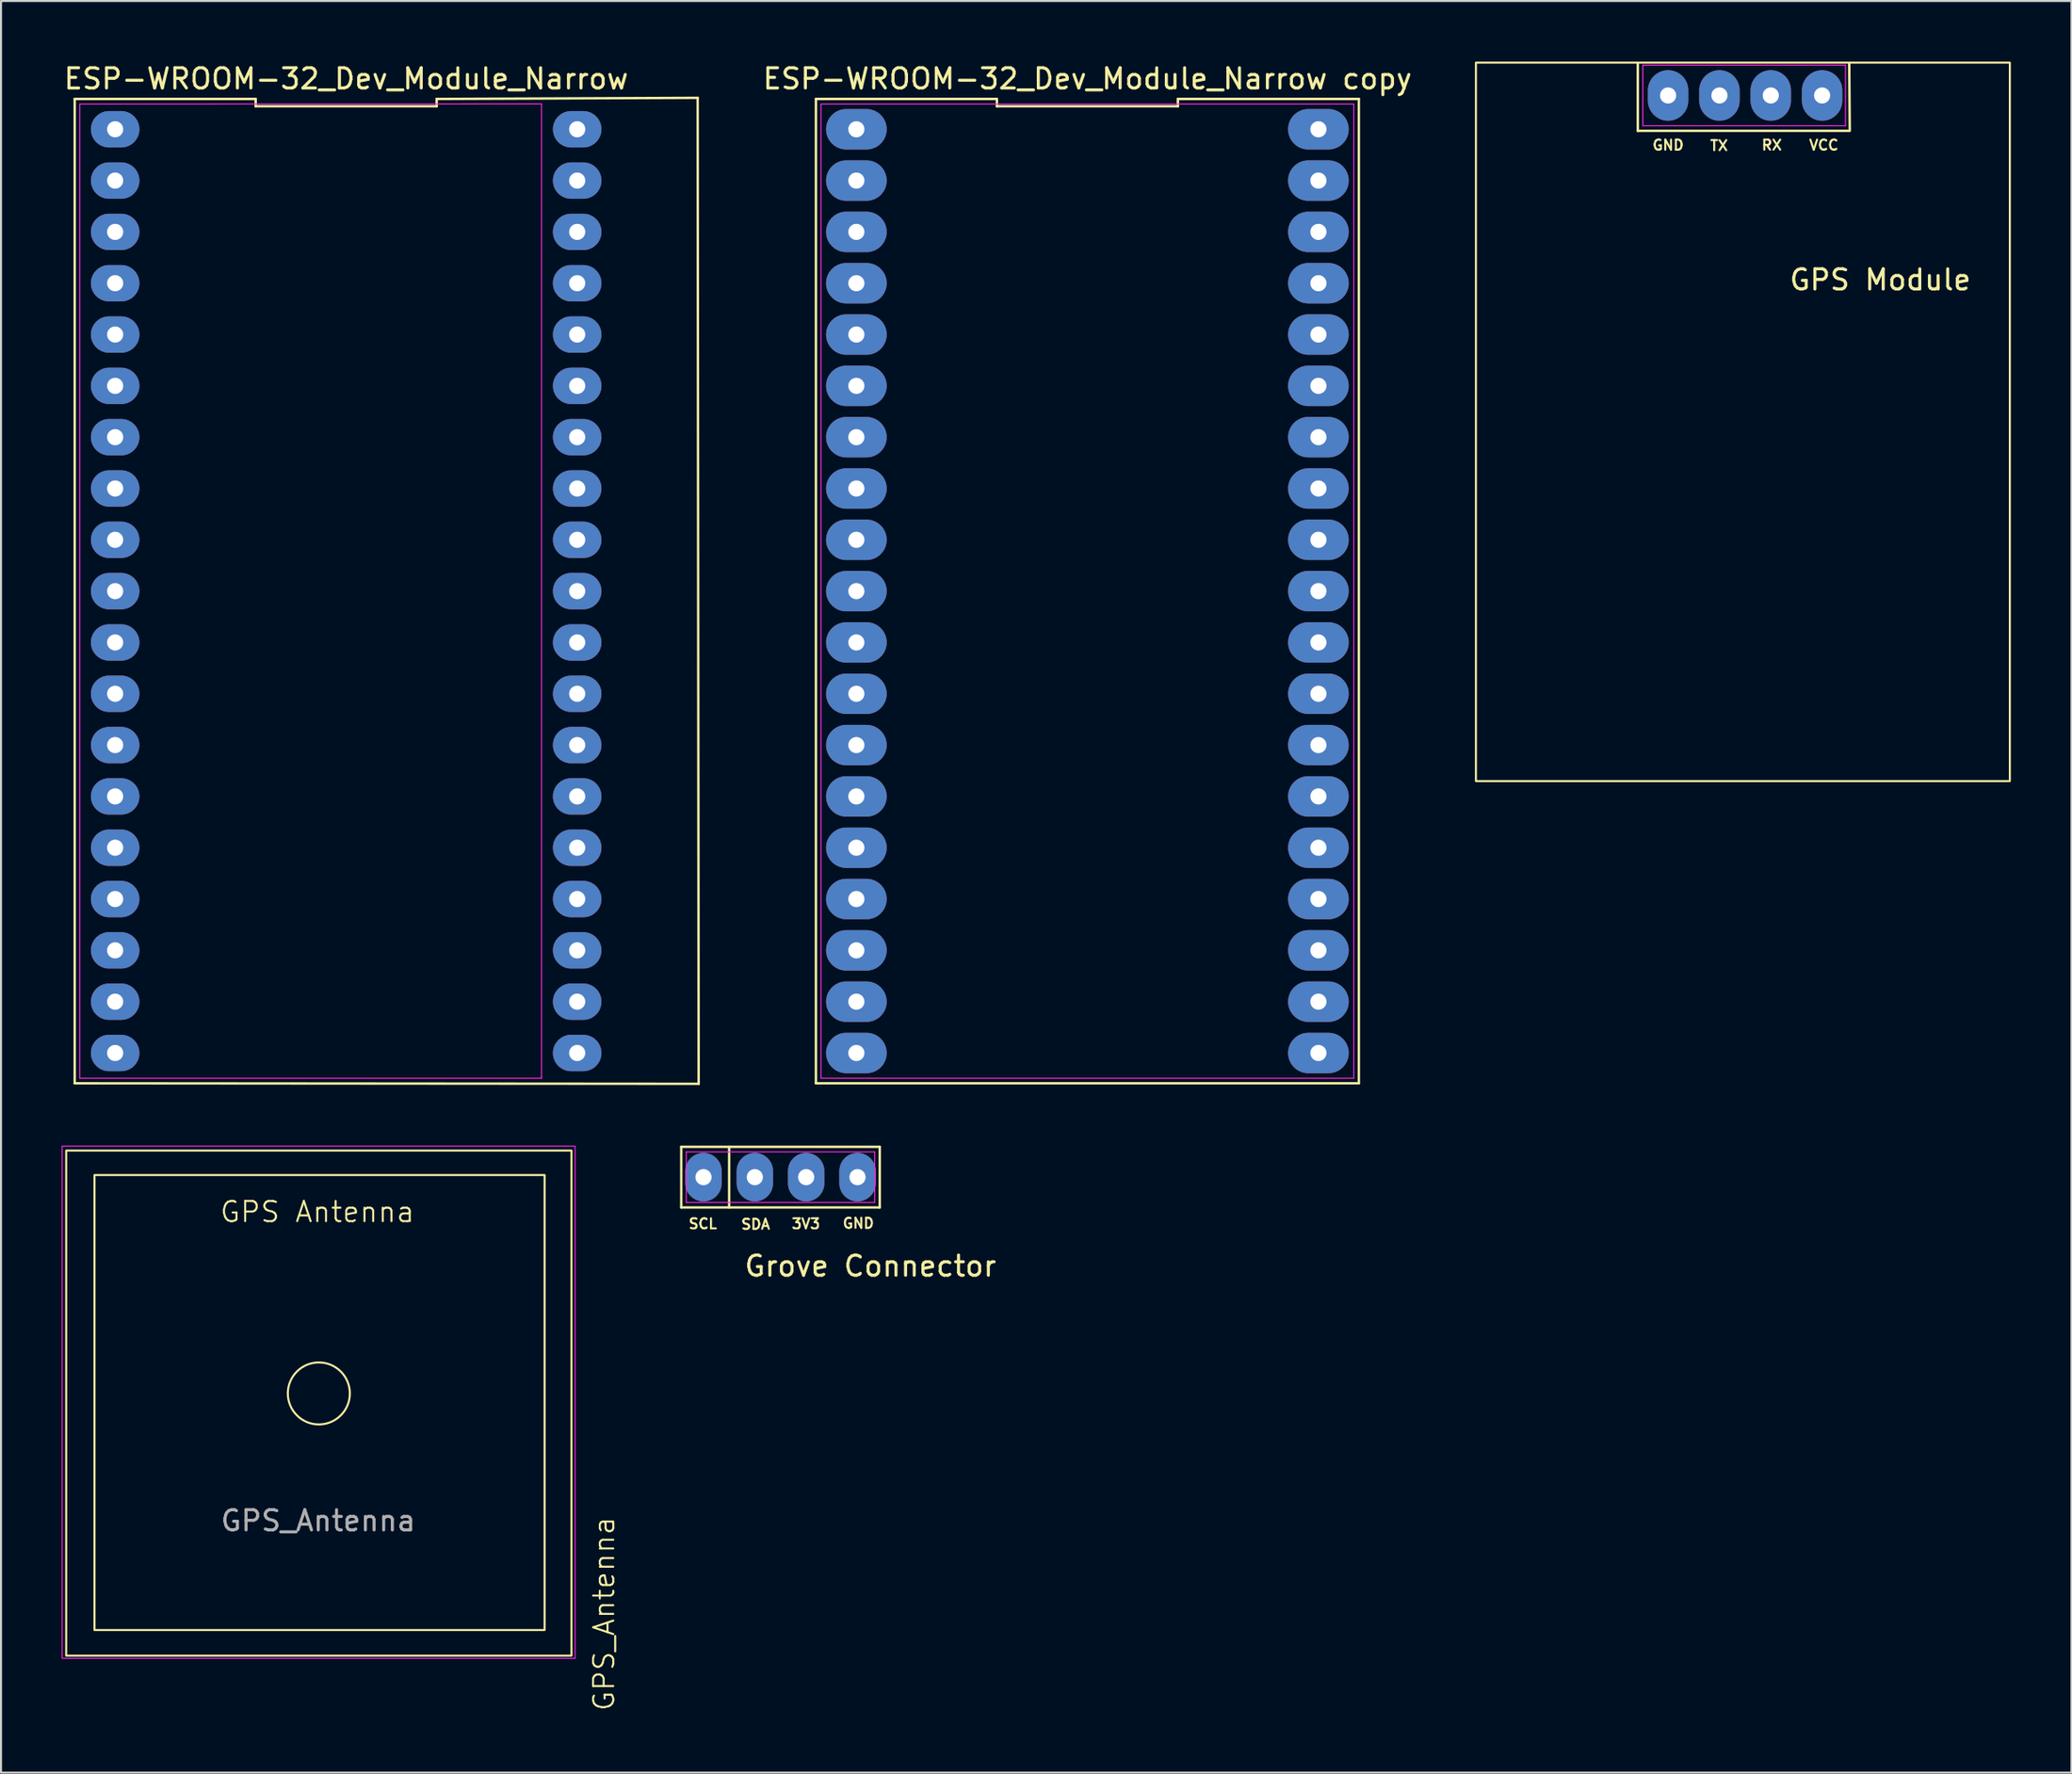
<source format=kicad_pcb>
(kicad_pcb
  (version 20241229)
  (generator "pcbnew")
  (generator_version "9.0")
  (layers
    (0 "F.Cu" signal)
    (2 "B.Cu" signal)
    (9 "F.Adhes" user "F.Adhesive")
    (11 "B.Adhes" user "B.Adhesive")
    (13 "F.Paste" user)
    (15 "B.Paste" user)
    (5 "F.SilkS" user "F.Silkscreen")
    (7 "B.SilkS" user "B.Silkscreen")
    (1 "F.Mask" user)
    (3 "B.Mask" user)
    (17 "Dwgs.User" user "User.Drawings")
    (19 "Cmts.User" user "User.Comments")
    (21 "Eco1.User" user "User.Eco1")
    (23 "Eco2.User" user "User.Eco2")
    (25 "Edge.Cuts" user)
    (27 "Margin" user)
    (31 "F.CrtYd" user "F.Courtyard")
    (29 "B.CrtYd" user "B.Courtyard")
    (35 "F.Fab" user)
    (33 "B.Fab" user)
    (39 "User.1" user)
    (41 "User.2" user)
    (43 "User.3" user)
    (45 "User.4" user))
  (footprint "ESP-WROOM-32_Dev_Module_Narrow"
    (layer "F.Cu")
    (at 14.967 25.318)
    (property "Reference" "ESP-WROOM-32_Dev_Module_Narrow" (at -0.89 -24.47 0) (layer "F.SilkS") (effects (font (size 1 1) (thickness 0.15))))
    (attr through_hole)
    (fp_line (start -14.32 25.25) (end 16.55 25.275) (stroke (width 0.12) (type default)) (layer "F.SilkS"))
    (fp_line (start -14.32 -23.47) (end -14.32 25.25) (stroke (width 0.12) (type default)) (layer "F.SilkS"))
    (fp_line (start -5.367 -23.47) (end -14.32 -23.47) (stroke (width 0.12) (type default)) (layer "F.SilkS"))
    (fp_line (start -5.367 -23.11) (end -5.367 -23.47) (stroke (width 0.12) (type default)) (layer "F.SilkS"))
    (fp_line (start 3.587 -23.47) (end 3.587 -23.11) (stroke (width 0.12) (type default)) (layer "F.SilkS"))
    (fp_line (start 3.587 -23.11) (end -5.367 -23.11) (stroke (width 0.12) (type default)) (layer "F.SilkS"))
    (fp_line (start 16.5 -23.525) (end 3.587 -23.47) (stroke (width 0.12) (type default)) (layer "F.SilkS"))
    (fp_line (start 16.55 25.275) (end 16.5 -23.525) (stroke (width 0.12) (type default)) (layer "F.SilkS"))
    (fp_line (start -14.07 -23.22) (end 8.775 -23.225) (stroke (width 0.05) (type default)) (layer "F.CrtYd"))
    (fp_line (start -14.07 25) (end -14.07 -23.22) (stroke (width 0.05) (type default)) (layer "F.CrtYd"))
    (fp_line (start 8.775 -23.225) (end 8.775 24.925) (stroke (width 0.05) (type default)) (layer "F.CrtYd"))
    (fp_line (start 8.775 24.925) (end 8.775 25) (stroke (width 0.05) (type default)) (layer "F.CrtYd"))
    (fp_line (start 8.775 25) (end -14.07 25) (stroke (width 0.05) (type default)) (layer "F.CrtYd"))
    (pad "1" thru_hole oval (at -12.32 -21.97 270) (size 1.8 2.4) (drill 0.8) (layers "*.Cu" "*.Mask"))
    (pad "2" thru_hole oval (at -12.32 -19.43 270) (size 1.8 2.4) (drill 0.8) (layers "*.Cu" "*.Mask"))
    (pad "3" thru_hole oval (at -12.32 -16.89 270) (size 1.8 2.4) (drill 0.8) (layers "*.Cu" "*.Mask"))
    (pad "4" thru_hole oval (at -12.32 -14.35 270) (size 1.8 2.4) (drill 0.8) (layers "*.Cu" "*.Mask"))
    (pad "5" thru_hole oval (at -12.32 -11.81 270) (size 1.8 2.4) (drill 0.8) (layers "*.Cu" "*.Mask"))
    (pad "6" thru_hole oval (at -12.32 -9.27 270) (size 1.8 2.4) (drill 0.8) (layers "*.Cu" "*.Mask"))
    (pad "7" thru_hole oval (at -12.32 -6.73 270) (size 1.8 2.4) (drill 0.8) (layers "*.Cu" "*.Mask"))
    (pad "8" thru_hole oval (at -12.32 -4.19 270) (size 1.8 2.4) (drill 0.8) (layers "*.Cu" "*.Mask"))
    (pad "9" thru_hole oval (at -12.32 -1.65 270) (size 1.8 2.4) (drill 0.8) (layers "*.Cu" "*.Mask"))
    (pad "10" thru_hole oval (at -12.32 0.89 270) (size 1.8 2.4) (drill 0.8) (layers "*.Cu" "*.Mask"))
    (pad "11" thru_hole oval (at -12.32 3.43 270) (size 1.8 2.4) (drill 0.8) (layers "*.Cu" "*.Mask"))
    (pad "12" thru_hole oval (at -12.32 5.97 270) (size 1.8 2.4) (drill 0.8) (layers "*.Cu" "*.Mask"))
    (pad "13" thru_hole oval (at -12.32 8.51 270) (size 1.8 2.4) (drill 0.8) (layers "*.Cu" "*.Mask"))
    (pad "14" thru_hole oval (at -12.32 11.05 270) (size 1.8 2.4) (drill 0.8) (layers "*.Cu" "*.Mask"))
    (pad "15" thru_hole oval (at -12.32 13.59 270) (size 1.8 2.4) (drill 0.8) (layers "*.Cu" "*.Mask"))
    (pad "16" thru_hole oval (at -12.32 16.13 270) (size 1.8 2.4) (drill 0.8) (layers "*.Cu" "*.Mask"))
    (pad "17" thru_hole oval (at -12.32 18.67 270) (size 1.8 2.4) (drill 0.8) (layers "*.Cu" "*.Mask"))
    (pad "18" thru_hole oval (at -12.32 21.21 270) (size 1.8 2.4) (drill 0.8) (layers "*.Cu" "*.Mask"))
    (pad "19" thru_hole oval (at -12.32 23.75 270) (size 1.8 2.4) (drill 0.8) (layers "*.Cu" "*.Mask"))
    (pad "20" thru_hole oval (at 10.54 23.75 270) (size 1.8 2.4) (drill 0.8) (layers "*.Cu" "*.Mask"))
    (pad "21" thru_hole oval (at 10.54 21.21 270) (size 1.8 2.4) (drill 0.8) (layers "*.Cu" "*.Mask"))
    (pad "22" thru_hole oval (at 10.54 18.67 270) (size 1.8 2.4) (drill 0.8) (layers "*.Cu" "*.Mask"))
    (pad "23" thru_hole oval (at 10.54 16.13 270) (size 1.8 2.4) (drill 0.8) (layers "*.Cu" "*.Mask"))
    (pad "24" thru_hole oval (at 10.54 13.59 270) (size 1.8 2.4) (drill 0.8) (layers "*.Cu" "*.Mask"))
    (pad "25" thru_hole oval (at 10.54 11.05 270) (size 1.8 2.4) (drill 0.8) (layers "*.Cu" "*.Mask"))
    (pad "26" thru_hole oval (at 10.54 8.51 270) (size 1.8 2.4) (drill 0.8) (layers "*.Cu" "*.Mask"))
    (pad "27" thru_hole oval (at 10.54 5.97 270) (size 1.8 2.4) (drill 0.8) (layers "*.Cu" "*.Mask"))
    (pad "28" thru_hole oval (at 10.54 3.43 270) (size 1.8 2.4) (drill 0.8) (layers "*.Cu" "*.Mask"))
    (pad "29" thru_hole oval (at 10.54 0.89 270) (size 1.8 2.4) (drill 0.8) (layers "*.Cu" "*.Mask"))
    (pad "30" thru_hole oval (at 10.54 -1.65 270) (size 1.8 2.4) (drill 0.8) (layers "*.Cu" "*.Mask"))
    (pad "31" thru_hole oval (at 10.54 -4.19 270) (size 1.8 2.4) (drill 0.8) (layers "*.Cu" "*.Mask"))
    (pad "32" thru_hole oval (at 10.54 -6.73 270) (size 1.8 2.4) (drill 0.8) (layers "*.Cu" "*.Mask"))
    (pad "33" thru_hole oval (at 10.54 -9.27 270) (size 1.8 2.4) (drill 0.8) (layers "*.Cu" "*.Mask"))
    (pad "34" thru_hole oval (at 10.54 -11.81 270) (size 1.8 2.4) (drill 0.8) (layers "*.Cu" "*.Mask"))
    (pad "35" thru_hole oval (at 10.54 -14.35 270) (size 1.8 2.4) (drill 0.8) (layers "*.Cu" "*.Mask"))
    (pad "36" thru_hole oval (at 10.54 -16.89 270) (size 1.8 2.4) (drill 0.8) (layers "*.Cu" "*.Mask"))
    (pad "37" thru_hole oval (at 10.54 -19.43 270) (size 1.8 2.4) (drill 0.8) (layers "*.Cu" "*.Mask"))
    (pad "38" thru_hole oval (at 10.54 -21.97 270) (size 1.8 2.4) (drill 0.8) (layers "*.Cu" "*.Mask")))
  (footprint "GPS_Antenna"
    (layer "F.Cu")
    (at 12.705 65.948)
    (property "Reference" "GPS_Antenna" (at 14.13 10.88 90) (unlocked yes) (layer "F.SilkS") (effects (font (size 1 1) (thickness 0.1))))
    (fp_rect (start -12.48 -12.05) (end 12.52 12.95) (stroke (width 0.1) (type default)) (fill no) (layer "F.SilkS"))
    (fp_rect (start -11.08 -10.84) (end 11.19 11.68) (stroke (width 0.1) (type default)) (fill no) (layer "F.SilkS"))
    (fp_circle (center 0.02 -0.03) (end 1.41 -0.68) (stroke (width 0.1) (type default)) (fill no) (layer "F.SilkS"))
    (fp_rect (start -12.68 -12.27) (end 12.7 13.08) (stroke (width 0.05) (type default)) (fill no) (layer "F.CrtYd"))
    (fp_text user "GPS Antenna" (at -4.93 -8.43 0) (unlocked yes) (layer "F.SilkS") (effects (font (size 1 1) (thickness 0.1)) (justify left bottom)))
    (fp_text user "${REFERENCE}" (at -0.01 6.27 0) (unlocked yes) (layer "F.Fab") (effects (font (size 1 1) (thickness 0.15)))))
  (footprint "GPS Module"
    (layer "F.Cu")
    (at 85.831 1.675)
    (property "Reference" "GPS Module" (at 4.15 9.125 0) (unlocked yes) (layer "F.SilkS") (effects (font (size 1 1) (thickness 0.15))))
    (attr through_hole)
    (fp_line (start -7.85 1.75) (end -7.85 -1.6) (stroke (width 0.12) (type default)) (layer "F.SilkS"))
    (fp_line (start 2.612 -1.587) (end 2.638 1.738) (stroke (width 0.12) (type default)) (layer "F.SilkS"))
    (fp_line (start 2.625 1.75) (end -7.85 1.75) (stroke (width 0.12) (type default)) (layer "F.SilkS"))
    (fp_rect (start -15.858 -1.625) (end 10.558 33.935) (stroke (width 0.1) (type default)) (fill no) (layer "F.SilkS"))
    (fp_line (start -7.6 -1.5) (end 2.425 -1.5) (stroke (width 0.05) (type default)) (layer "F.CrtYd"))
    (fp_line (start -7.6 1.5) (end -7.6 -1.5) (stroke (width 0.05) (type default)) (layer "F.CrtYd"))
    (fp_line (start 2.425 -1.5) (end 2.425 1.5) (stroke (width 0.05) (type default)) (layer "F.CrtYd"))
    (fp_line (start 2.425 1.5) (end -7.6 1.5) (stroke (width 0.05) (type default)) (layer "F.CrtYd"))
    (fp_text user "VCC" (at 0.575 2.75 0) (unlocked yes) (layer "F.SilkS") (effects (font (size 0.5 0.5) (thickness 0.1)) (justify left bottom)))
    (fp_text user "GND" (at -7.175 2.75 0) (unlocked yes) (layer "F.SilkS") (effects (font (size 0.5 0.5) (thickness 0.1)) (justify left bottom)))
    (fp_text user "RX" (at -1.775 2.75 0) (unlocked yes) (layer "F.SilkS") (effects (font (size 0.5 0.5) (thickness 0.1)) (justify left bottom)))
    (fp_text user "TX" (at -4.325 2.775 0) (unlocked yes) (layer "F.SilkS") (effects (font (size 0.5 0.5) (thickness 0.1)) (justify left bottom)))
    (pad "1" thru_hole oval (at -6.35 0) (size 2 2.5) (drill 0.8) (layers "*.Cu" "*.Mask"))
    (pad "2" thru_hole oval (at -3.81 0) (size 2 2.5) (drill 0.8) (layers "*.Cu" "*.Mask"))
    (pad "3" thru_hole oval (at -1.27 0) (size 2 2.5) (drill 0.8) (layers "*.Cu" "*.Mask"))
    (pad "4" thru_hole oval (at 1.27 0) (size 2 2.5) (drill 0.8) (layers "*.Cu" "*.Mask")))
  (footprint "ESP-WROOM-32_Dev_Module_Narrow copy"
    (layer "F.Cu")
    (at 51.64 25.318)
    (property "Reference" "ESP-WROOM-32_Dev_Module_Narrow copy" (at -0.89 -24.47 0) (layer "F.SilkS") (effects (font (size 1 1) (thickness 0.15))))
    (attr through_hole)
    (fp_line (start -14.32 25.25) (end 12.54 25.25) (stroke (width 0.12) (type default)) (layer "F.SilkS"))
    (fp_line (start -14.32 -23.47) (end -14.32 25.25) (stroke (width 0.12) (type default)) (layer "F.SilkS"))
    (fp_line (start -5.367 -23.47) (end -14.32 -23.47) (stroke (width 0.12) (type default)) (layer "F.SilkS"))
    (fp_line (start -5.367 -23.11) (end -5.367 -23.47) (stroke (width 0.12) (type default)) (layer "F.SilkS"))
    (fp_line (start 3.587 -23.47) (end 3.587 -23.11) (stroke (width 0.12) (type default)) (layer "F.SilkS"))
    (fp_line (start 3.587 -23.11) (end -5.367 -23.11) (stroke (width 0.12) (type default)) (layer "F.SilkS"))
    (fp_line (start 12.54 25.25) (end 12.54 -23.47) (stroke (width 0.12) (type default)) (layer "F.SilkS"))
    (fp_line (start 12.54 -23.47) (end 3.587 -23.47) (stroke (width 0.12) (type default)) (layer "F.SilkS"))
    (fp_line (start -14.07 -23.22) (end 12.29 -23.22) (stroke (width 0.05) (type default)) (layer "F.CrtYd"))
    (fp_line (start -14.07 25) (end -14.07 -23.22) (stroke (width 0.05) (type default)) (layer "F.CrtYd"))
    (fp_line (start 12.29 -23.22) (end 12.29 25) (stroke (width 0.05) (type default)) (layer "F.CrtYd"))
    (fp_line (start 12.29 25) (end -14.07 25) (stroke (width 0.05) (type default)) (layer "F.CrtYd"))
    (pad "1" thru_hole oval (at -12.32 -21.97 270) (size 2 3) (drill 0.8) (layers "*.Cu" "*.Mask"))
    (pad "2" thru_hole oval (at -12.32 -19.43 270) (size 2 3) (drill 0.8) (layers "*.Cu" "*.Mask"))
    (pad "3" thru_hole oval (at -12.32 -16.89 270) (size 2 3) (drill 0.8) (layers "*.Cu" "*.Mask"))
    (pad "4" thru_hole oval (at -12.32 -14.35 270) (size 2 3) (drill 0.8) (layers "*.Cu" "*.Mask"))
    (pad "5" thru_hole oval (at -12.32 -11.81 270) (size 2 3) (drill 0.8) (layers "*.Cu" "*.Mask"))
    (pad "6" thru_hole oval (at -12.32 -9.27 270) (size 2 3) (drill 0.8) (layers "*.Cu" "*.Mask"))
    (pad "7" thru_hole oval (at -12.32 -6.73 270) (size 2 3) (drill 0.8) (layers "*.Cu" "*.Mask"))
    (pad "8" thru_hole oval (at -12.32 -4.19 270) (size 2 3) (drill 0.8) (layers "*.Cu" "*.Mask"))
    (pad "9" thru_hole oval (at -12.32 -1.65 270) (size 2 3) (drill 0.8) (layers "*.Cu" "*.Mask"))
    (pad "10" thru_hole oval (at -12.32 0.89 270) (size 2 3) (drill 0.8) (layers "*.Cu" "*.Mask"))
    (pad "11" thru_hole oval (at -12.32 3.43 270) (size 2 3) (drill 0.8) (layers "*.Cu" "*.Mask"))
    (pad "12" thru_hole oval (at -12.32 5.97 270) (size 2 3) (drill 0.8) (layers "*.Cu" "*.Mask"))
    (pad "13" thru_hole oval (at -12.32 8.51 270) (size 2 3) (drill 0.8) (layers "*.Cu" "*.Mask"))
    (pad "14" thru_hole oval (at -12.32 11.05 270) (size 2 3) (drill 0.8) (layers "*.Cu" "*.Mask"))
    (pad "15" thru_hole oval (at -12.32 13.59 270) (size 2 3) (drill 0.8) (layers "*.Cu" "*.Mask"))
    (pad "16" thru_hole oval (at -12.32 16.13 270) (size 2 3) (drill 0.8) (layers "*.Cu" "*.Mask"))
    (pad "17" thru_hole oval (at -12.32 18.67 270) (size 2 3) (drill 0.8) (layers "*.Cu" "*.Mask"))
    (pad "18" thru_hole oval (at -12.32 21.21 270) (size 2 3) (drill 0.8) (layers "*.Cu" "*.Mask"))
    (pad "19" thru_hole oval (at -12.32 23.75 270) (size 2 3) (drill 0.8) (layers "*.Cu" "*.Mask"))
    (pad "20" thru_hole oval (at 10.54 23.75 270) (size 2 3) (drill 0.8) (layers "*.Cu" "*.Mask"))
    (pad "21" thru_hole oval (at 10.54 21.21 270) (size 2 3) (drill 0.8) (layers "*.Cu" "*.Mask"))
    (pad "22" thru_hole oval (at 10.54 18.67 270) (size 2 3) (drill 0.8) (layers "*.Cu" "*.Mask"))
    (pad "23" thru_hole oval (at 10.54 16.13 270) (size 2 3) (drill 0.8) (layers "*.Cu" "*.Mask"))
    (pad "24" thru_hole oval (at 10.54 13.59 270) (size 2 3) (drill 0.8) (layers "*.Cu" "*.Mask"))
    (pad "25" thru_hole oval (at 10.54 11.05 270) (size 2 3) (drill 0.8) (layers "*.Cu" "*.Mask"))
    (pad "26" thru_hole oval (at 10.54 8.51 270) (size 2 3) (drill 0.8) (layers "*.Cu" "*.Mask"))
    (pad "27" thru_hole oval (at 10.54 5.97 270) (size 2 3) (drill 0.8) (layers "*.Cu" "*.Mask"))
    (pad "28" thru_hole oval (at 10.54 3.43 270) (size 2 3) (drill 0.8) (layers "*.Cu" "*.Mask"))
    (pad "29" thru_hole oval (at 10.54 0.89 270) (size 2 3) (drill 0.8) (layers "*.Cu" "*.Mask"))
    (pad "30" thru_hole oval (at 10.54 -1.65 270) (size 2 3) (drill 0.8) (layers "*.Cu" "*.Mask"))
    (pad "31" thru_hole oval (at 10.54 -4.19 270) (size 2 3) (drill 0.8) (layers "*.Cu" "*.Mask"))
    (pad "32" thru_hole oval (at 10.54 -6.73 270) (size 2 3) (drill 0.8) (layers "*.Cu" "*.Mask"))
    (pad "33" thru_hole oval (at 10.54 -9.27 270) (size 2 3) (drill 0.8) (layers "*.Cu" "*.Mask"))
    (pad "34" thru_hole oval (at 10.54 -11.81 270) (size 2 3) (drill 0.8) (layers "*.Cu" "*.Mask"))
    (pad "35" thru_hole oval (at 10.54 -14.35 270) (size 2 3) (drill 0.8) (layers "*.Cu" "*.Mask"))
    (pad "36" thru_hole oval (at 10.54 -16.89 270) (size 2 3) (drill 0.8) (layers "*.Cu" "*.Mask"))
    (pad "37" thru_hole oval (at 10.54 -19.43 270) (size 2 3) (drill 0.8) (layers "*.Cu" "*.Mask"))
    (pad "38" thru_hole oval (at 10.54 -21.97 270) (size 2 3) (drill 0.8) (layers "*.Cu" "*.Mask")))
  (footprint "Grove Connector"
    (layer "F.Cu")
    (at 35.566 55.213)
    (property "Reference" "Grove Connector" (at 4.45 4.4 0) (unlocked yes) (layer "F.SilkS") (effects (font (size 1 1) (thickness 0.15))))
    (attr through_hole)
    (fp_line (start -4.91 -1.5) (end 4.91 -1.5) (stroke (width 0.12) (type default)) (layer "F.SilkS"))
    (fp_line (start -4.91 1.5) (end -4.91 -1.5) (stroke (width 0.12) (type default)) (layer "F.SilkS"))
    (fp_line (start -2.54 -1.5) (end -2.54 1.5) (stroke (width 0.12) (type default)) (layer "F.SilkS"))
    (fp_line (start 4.91 -1.5) (end 4.91 1.5) (stroke (width 0.12) (type default)) (layer "F.SilkS"))
    (fp_line (start 4.91 1.5) (end -4.91 1.5) (stroke (width 0.12) (type default)) (layer "F.SilkS"))
    (fp_line (start -4.66 -1.25) (end 4.66 -1.25) (stroke (width 0.05) (type default)) (layer "F.CrtYd"))
    (fp_line (start -4.66 1.25) (end -4.66 -1.25) (stroke (width 0.05) (type default)) (layer "F.CrtYd"))
    (fp_line (start 4.66 -1.25) (end 4.66 1.25) (stroke (width 0.05) (type default)) (layer "F.CrtYd"))
    (fp_line (start 4.66 1.25) (end -4.66 1.25) (stroke (width 0.05) (type default)) (layer "F.CrtYd"))
    (fp_text user "SCL" (at -4.6 2.6 0) (unlocked yes) (layer "F.SilkS") (effects (font (size 0.5 0.5) (thickness 0.1)) (justify left bottom)))
    (fp_text user "GND" (at 3.025 2.575 0) (unlocked yes) (layer "F.SilkS") (effects (font (size 0.5 0.5) (thickness 0.1)) (justify left bottom)))
    (fp_text user "SDA" (at -2 2.625 0) (unlocked yes) (layer "F.SilkS") (effects (font (size 0.5 0.5) (thickness 0.1)) (justify left bottom)))
    (fp_text user "3V3" (at 0.5 2.6 0) (unlocked yes) (layer "F.SilkS") (effects (font (size 0.5 0.5) (thickness 0.1)) (justify left bottom)))
    (pad "1" thru_hole oval (at -3.81 0) (size 1.8 2.4) (drill 0.8) (layers "*.Cu" "*.Mask"))
    (pad "2" thru_hole oval (at -1.27 0) (size 1.8 2.4) (drill 0.8) (layers "*.Cu" "*.Mask"))
    (pad "3" thru_hole oval (at 1.27 0) (size 1.8 2.4) (drill 0.8) (layers "*.Cu" "*.Mask"))
    (pad "4" thru_hole oval (at 3.81 0) (size 1.8 2.4) (drill 0.8) (layers "*.Cu" "*.Mask")))
  (gr_rect
    (start -3 -3)
    (end 99.439 84.688)
    (stroke (width 0.1) (type default))
    (fill no)
    (layer "Edge.Cuts")))
</source>
